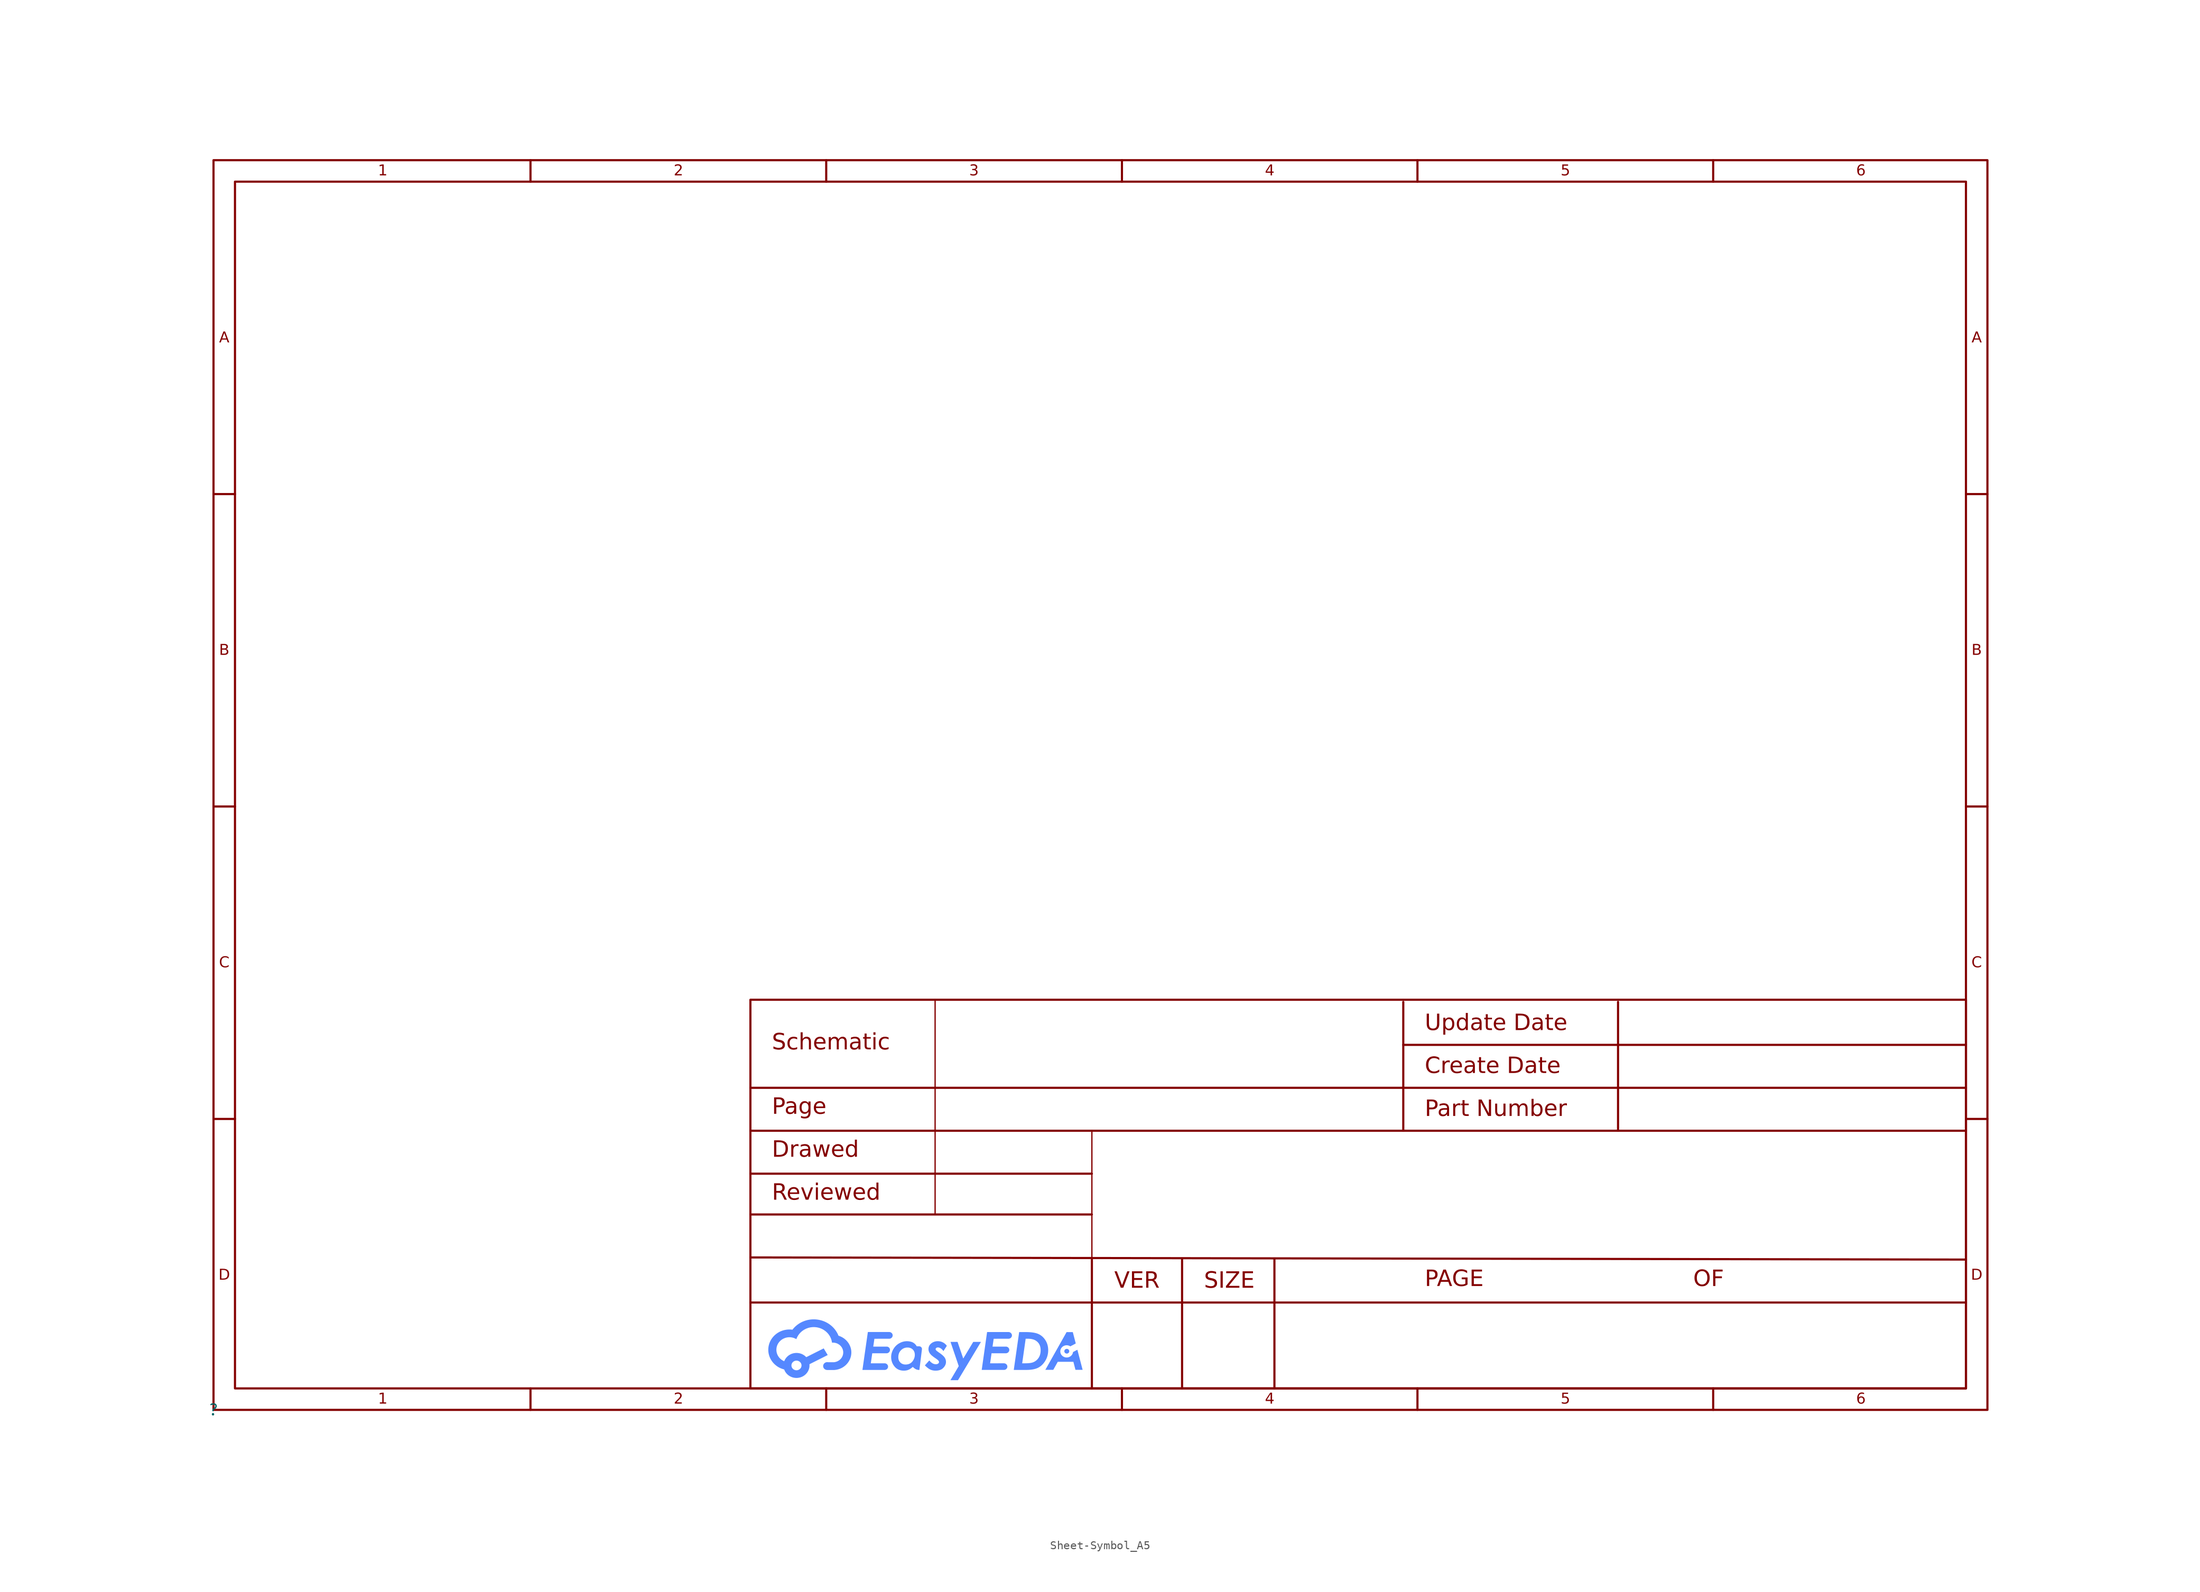
<source format=kicad_sym>
(kicad_symbol_lib
  (version 20231120)
  (generator "kicad_symbol_editor")
  (generator_version "8.0")
  (symbol "Sheet-Symbol_A5"
    (property "Reference" ""
      (at 0 0 0)
      (effects (font (size 1.27 1.27))))
    (property "Value" ""
      (at 0 0 0)
      (effects (font (size 1.27 1.27))))
    (symbol "Sheet-Symbol_A5_0_0"
      (polyline (pts (xy 88.672 6.075) (xy 89.853 8.041) (xy 90.767 8.041) (xy 88.053 3.514) (xy 87.158 3.514) (xy 88.139 5.179) (xy 87.167 8.041) (xy 88 8.041) (xy 88.672 6.075)) (stroke (width -0.0001) (type solid)) (fill (type color) (color 85 136 255 1)))
      (polyline (pts (xy 101.979 7.856) (xy 101.335 7.515) (xy 101.312 7.529) (xy 101.288 7.543) (xy 101.264 7.556) (xy 101.239 7.569) (xy 101.214 7.58) (xy 101.188 7.591) (xy 101.161 7.601) (xy 101.135 7.61) (xy 101.107 7.617) (xy 101.079 7.624) (xy 101.051 7.63) (xy 101.022 7.635) (xy 100.993 7.639) (xy 100.964 7.642) (xy 100.934 7.644) (xy 100.905 7.644) (xy 100.866 7.643) (xy 100.828 7.64) (xy 100.79 7.636) (xy 100.753 7.63) (xy 100.716 7.621) (xy 100.68 7.612) (xy 100.645 7.6) (xy 100.611 7.587) (xy 100.578 7.573) (xy 100.545 7.557) (xy 100.514 7.54) (xy 100.483 7.521) (xy 100.454 7.501) (xy 100.425 7.479) (xy 100.398 7.456) (xy 100.372 7.433) (xy 100.347 7.407) (xy 100.323 7.381) (xy 100.301 7.354) (xy 100.28 7.325) (xy 100.26 7.296) (xy 100.242 7.266) (xy 100.225 7.235) (xy 100.21 7.203) (xy 100.197 7.17) (xy 100.185 7.136) (xy 100.175 7.102) (xy 100.166 7.067) (xy 100.16 7.031) (xy 100.155 6.995) (xy 100.152 6.958) (xy 100.151 6.921) (xy 100.152 6.884) (xy 100.155 6.847) (xy 100.16 6.811) (xy 100.166 6.776) (xy 100.175 6.74) (xy 100.185 6.706) (xy 100.197 6.673) (xy 100.21 6.64) (xy 100.225 6.608) (xy 100.242 6.577) (xy 100.26 6.546) (xy 100.28 6.517) (xy 100.301 6.489) (xy 100.323 6.461) (xy 100.347 6.435) (xy 100.372 6.41) (xy 100.398 6.386) (xy 100.425 6.363) (xy 100.454 6.342) (xy 100.483 6.322) (xy 100.514 6.303) (xy 100.545 6.285) (xy 100.578 6.269) (xy 100.611 6.255) (xy 100.645 6.242) (xy 100.68 6.231) (xy 100.716 6.221) (xy 100.753 6.213) (xy 100.79 6.207) (xy 100.828 6.202) (xy 100.866 6.199) (xy 100.905 6.198) (xy 100.941 6.199) (xy 100.976 6.202) (xy 101.011 6.205) (xy 101.046 6.211) (xy 101.08 6.218) (xy 101.114 6.226) (xy 101.146 6.236) (xy 101.179 6.247) (xy 101.21 6.26) (xy 101.241 6.274) (xy 101.271 6.289) (xy 101.3 6.306) (xy 101.329 6.323) (xy 101.356 6.342) (xy 101.382 6.362) (xy 101.408 6.383) (xy 101.433 6.405) (xy 101.456 6.428) (xy 101.479 6.452) (xy 101.5 6.477) (xy 101.52 6.503) (xy 101.539 6.53) (xy 101.557 6.558) (xy 101.573 6.586) (xy 101.588 6.615) (xy 101.602 6.645) (xy 101.614 6.676) (xy 101.625 6.707) (xy 101.635 6.739) (xy 101.642 6.772) (xy 101.649 6.805) (xy 101.653 6.839) (xy 102.172 7.113) (xy 102.791 4.737) (xy 101.944 4.737) (xy 101.698 5.687) (xy 99.851 5.687) (xy 99.321 4.737) (xy 98.381 4.737) (xy 100.893 9.199) (xy 101.63 9.199) (xy 101.979 7.856)) (stroke (width -0.0001) (type solid)) (fill (type color) (color 85 136 255 1)))
      (polyline (pts (xy 100.933 7.218) (xy 100.948 7.216) (xy 100.963 7.215) (xy 100.977 7.212) (xy 100.991 7.209) (xy 101.005 7.205) (xy 101.019 7.201) (xy 101.032 7.196) (xy 101.044 7.191) (xy 101.057 7.184) (xy 101.069 7.178) (xy 101.081 7.17) (xy 101.092 7.163) (xy 101.103 7.154) (xy 101.114 7.146) (xy 101.124 7.136) (xy 101.134 7.127) (xy 101.143 7.117) (xy 101.151 7.106) (xy 101.16 7.095) (xy 101.167 7.084) (xy 101.174 7.072) (xy 101.181 7.06) (xy 101.186 7.048) (xy 101.192 7.035) (xy 101.196 7.022) (xy 101.2 7.009) (xy 101.203 6.995) (xy 101.206 6.981) (xy 101.208 6.968) (xy 101.209 6.953) (xy 101.209 6.939) (xy 101.209 6.925) (xy 101.208 6.911) (xy 101.206 6.897) (xy 101.203 6.883) (xy 101.2 6.869) (xy 101.196 6.856) (xy 101.192 6.843) (xy 101.186 6.83) (xy 101.181 6.818) (xy 101.174 6.806) (xy 101.167 6.795) (xy 101.16 6.783) (xy 101.151 6.772) (xy 101.143 6.762) (xy 101.134 6.752) (xy 101.124 6.742) (xy 101.114 6.733) (xy 101.103 6.724) (xy 101.092 6.716) (xy 101.081 6.708) (xy 101.069 6.701) (xy 101.057 6.694) (xy 101.044 6.688) (xy 101.032 6.682) (xy 101.019 6.677) (xy 101.005 6.673) (xy 100.991 6.669) (xy 100.977 6.666) (xy 100.963 6.663) (xy 100.948 6.662) (xy 100.933 6.66) (xy 100.918 6.66) (xy 100.904 6.66) (xy 100.889 6.662) (xy 100.874 6.663) (xy 100.86 6.666) (xy 100.846 6.669) (xy 100.832 6.673) (xy 100.819 6.677) (xy 100.805 6.682) (xy 100.793 6.688) (xy 100.78 6.694) (xy 100.768 6.701) (xy 100.756 6.708) (xy 100.745 6.716) (xy 100.734 6.724) (xy 100.723 6.733) (xy 100.713 6.742) (xy 100.703 6.752) (xy 100.694 6.762) (xy 100.686 6.772) (xy 100.677 6.783) (xy 100.67 6.795) (xy 100.663 6.806) (xy 100.656 6.818) (xy 100.651 6.83) (xy 100.645 6.843) (xy 100.641 6.856) (xy 100.637 6.869) (xy 100.634 6.883) (xy 100.631 6.897) (xy 100.629 6.911) (xy 100.628 6.925) (xy 100.628 6.939) (xy 100.628 6.953) (xy 100.629 6.968) (xy 100.631 6.981) (xy 100.634 6.995) (xy 100.637 7.009) (xy 100.641 7.022) (xy 100.645 7.035) (xy 100.651 7.048) (xy 100.656 7.06) (xy 100.663 7.072) (xy 100.67 7.084) (xy 100.677 7.095) (xy 100.686 7.106) (xy 100.694 7.117) (xy 100.703 7.127) (xy 100.713 7.136) (xy 100.723 7.146) (xy 100.734 7.154) (xy 100.745 7.163) (xy 100.756 7.17) (xy 100.768 7.178) (xy 100.78 7.184) (xy 100.793 7.191) (xy 100.805 7.196) (xy 100.819 7.201) (xy 100.832 7.205) (xy 100.846 7.209) (xy 100.86 7.212) (xy 100.874 7.215) (xy 100.889 7.216) (xy 100.904 7.218) (xy 100.918 7.218) (xy 100.933 7.218)) (stroke (width -0.0001) (type solid)) (fill (type color) (color 85 136 255 1)))
      (polyline (pts (xy 96.154 9.205) (xy 96.278 9.202) (xy 96.397 9.198) (xy 96.513 9.191) (xy 96.624 9.183) (xy 96.732 9.173) (xy 96.835 9.161) (xy 96.933 9.147) (xy 97.028 9.132) (xy 97.118 9.114) (xy 97.205 9.095) (xy 97.287 9.073) (xy 97.365 9.05) (xy 97.439 9.025) (xy 97.509 8.998) (xy 97.574 8.97) (xy 97.637 8.939) (xy 97.699 8.907) (xy 97.758 8.872) (xy 97.817 8.835) (xy 97.874 8.796) (xy 97.929 8.755) (xy 97.983 8.712) (xy 98.035 8.667) (xy 98.086 8.62) (xy 98.135 8.57) (xy 98.183 8.518) (xy 98.229 8.465) (xy 98.274 8.409) (xy 98.318 8.351) (xy 98.359 8.291) (xy 98.4 8.229) (xy 98.438 8.165) (xy 98.474 8.1) (xy 98.508 8.034) (xy 98.539 7.966) (xy 98.568 7.897) (xy 98.594 7.827) (xy 98.617 7.756) (xy 98.639 7.684) (xy 98.657 7.61) (xy 98.674 7.535) (xy 98.687 7.459) (xy 98.698 7.382) (xy 98.707 7.304) (xy 98.713 7.224) (xy 98.717 7.144) (xy 98.719 7.062) (xy 98.717 6.977) (xy 98.713 6.894) (xy 98.707 6.811) (xy 98.698 6.729) (xy 98.686 6.648) (xy 98.671 6.568) (xy 98.654 6.489) (xy 98.635 6.41) (xy 98.612 6.333) (xy 98.587 6.256) (xy 98.559 6.181) (xy 98.529 6.106) (xy 98.496 6.032) (xy 98.461 5.958) (xy 98.422 5.886) (xy 98.381 5.814) (xy 98.338 5.745) (xy 98.294 5.678) (xy 98.248 5.613) (xy 98.201 5.551) (xy 98.152 5.49) (xy 98.102 5.433) (xy 98.051 5.377) (xy 97.998 5.324) (xy 97.944 5.274) (xy 97.889 5.226) (xy 97.832 5.18) (xy 97.774 5.136) (xy 97.714 5.095) (xy 97.653 5.057) (xy 97.591 5.021) (xy 97.528 4.987) (xy 97.462 4.955) (xy 97.393 4.926) (xy 97.321 4.898) (xy 97.246 4.872) (xy 97.168 4.849) (xy 97.086 4.828) (xy 97.002 4.808) (xy 96.914 4.791) (xy 96.823 4.776) (xy 96.729 4.762) (xy 96.632 4.751) (xy 96.532 4.742) (xy 96.429 4.735) (xy 96.322 4.73) (xy 96.213 4.727) (xy 96.1 4.726) (xy 94.649 4.726) (xy 94.76 5.509) (xy 95.644 5.509) (xy 95.933 5.509) (xy 96.093 5.511) (xy 96.243 5.516) (xy 96.313 5.519) (xy 96.38 5.524) (xy 96.445 5.529) (xy 96.507 5.536) (xy 96.565 5.543) (xy 96.621 5.551) (xy 96.675 5.559) (xy 96.725 5.569) (xy 96.772 5.58) (xy 96.817 5.591) (xy 96.859 5.603) (xy 96.898 5.616) (xy 96.949 5.636) (xy 97 5.657) (xy 97.049 5.68) (xy 97.097 5.705) (xy 97.143 5.731) (xy 97.188 5.76) (xy 97.232 5.79) (xy 97.275 5.822) (xy 97.316 5.855) (xy 97.356 5.89) (xy 97.395 5.927) (xy 97.432 5.965) (xy 97.469 6.005) (xy 97.504 6.047) (xy 97.537 6.091) (xy 97.57 6.136) (xy 97.6 6.183) (xy 97.629 6.231) (xy 97.656 6.28) (xy 97.681 6.331) (xy 97.704 6.383) (xy 97.725 6.437) (xy 97.743 6.492) (xy 97.76 6.548) (xy 97.775 6.606) (xy 97.788 6.665) (xy 97.799 6.725) (xy 97.808 6.787) (xy 97.816 6.85) (xy 97.821 6.914) (xy 97.824 6.979) (xy 97.826 7.046) (xy 97.825 7.101) (xy 97.823 7.155) (xy 97.819 7.208) (xy 97.814 7.26) (xy 97.808 7.31) (xy 97.8 7.359) (xy 97.791 7.408) (xy 97.78 7.455) (xy 97.769 7.501) (xy 97.755 7.546) (xy 97.74 7.589) (xy 97.724 7.632) (xy 97.707 7.673) (xy 97.688 7.714) (xy 97.668 7.753) (xy 97.646 7.791) (xy 97.623 7.829) (xy 97.599 7.865) (xy 97.573 7.899) (xy 97.547 7.933) (xy 97.519 7.966) (xy 97.491 7.998) (xy 97.461 8.028) (xy 97.43 8.058) (xy 97.398 8.086) (xy 97.365 8.114) (xy 97.33 8.14) (xy 97.295 8.165) (xy 97.258 8.189) (xy 97.221 8.213) (xy 97.182 8.235) (xy 97.142 8.256) (xy 97.1 8.275) (xy 97.057 8.294) (xy 97.013 8.311) (xy 96.966 8.327) (xy 96.918 8.342) (xy 96.868 8.355) (xy 96.817 8.367) (xy 96.763 8.378) (xy 96.708 8.387) (xy 96.652 8.396) (xy 96.594 8.403) (xy 96.534 8.408) (xy 96.472 8.413) (xy 96.408 8.416) (xy 96.343 8.418) (xy 96.277 8.418) (xy 96.056 8.418) (xy 95.644 5.509) (xy 94.76 5.509) (xy 95.286 9.206) (xy 96.025 9.206) (xy 96.154 9.205)) (stroke (width -0.0001) (type solid)) (fill (type color) (color 85 136 255 1)))
      (polyline (pts (xy 79.933 9.21) (xy 79.954 9.209) (xy 79.974 9.206) (xy 79.995 9.203) (xy 80.015 9.198) (xy 80.034 9.193) (xy 80.053 9.186) (xy 80.072 9.179) (xy 80.091 9.171) (xy 80.108 9.162) (xy 80.126 9.153) (xy 80.143 9.143) (xy 80.159 9.132) (xy 80.174 9.12) (xy 80.189 9.107) (xy 80.204 9.094) (xy 80.218 9.08) (xy 80.231 9.066) (xy 80.243 9.051) (xy 80.254 9.035) (xy 80.265 9.019) (xy 80.275 9.002) (xy 80.284 8.985) (xy 80.293 8.968) (xy 80.3 8.95) (xy 80.307 8.931) (xy 80.312 8.912) (xy 80.317 8.893) (xy 80.321 8.874) (xy 80.323 8.854) (xy 80.325 8.834) (xy 80.325 8.813) (xy 80.325 8.793) (xy 80.323 8.773) (xy 80.321 8.753) (xy 80.317 8.733) (xy 80.312 8.714) (xy 80.307 8.695) (xy 80.3 8.677) (xy 80.293 8.659) (xy 80.284 8.642) (xy 80.275 8.624) (xy 80.265 8.608) (xy 80.254 8.592) (xy 80.243 8.576) (xy 80.231 8.561) (xy 80.218 8.547) (xy 80.204 8.533) (xy 80.189 8.52) (xy 80.174 8.507) (xy 80.159 8.495) (xy 80.143 8.484) (xy 80.126 8.474) (xy 80.108 8.464) (xy 80.091 8.456) (xy 80.072 8.447) (xy 80.053 8.44) (xy 80.034 8.434) (xy 80.015 8.429) (xy 79.995 8.424) (xy 79.974 8.421) (xy 79.954 8.418) (xy 79.933 8.417) (xy 79.911 8.416) (xy 78.165 8.414) (xy 78.03 7.484) (xy 79.667 7.484) (xy 79.685 7.48) (xy 79.703 7.476) (xy 79.721 7.471) (xy 79.738 7.466) (xy 79.755 7.46) (xy 79.772 7.453) (xy 79.788 7.445) (xy 79.803 7.437) (xy 79.819 7.428) (xy 79.834 7.419) (xy 79.848 7.409) (xy 79.862 7.398) (xy 79.875 7.387) (xy 79.888 7.375) (xy 79.9 7.363) (xy 79.912 7.35) (xy 79.923 7.337) (xy 79.934 7.323) (xy 79.944 7.309) (xy 79.953 7.294) (xy 79.962 7.279) (xy 79.969 7.264) (xy 79.977 7.248) (xy 79.983 7.232) (xy 79.989 7.215) (xy 79.994 7.198) (xy 79.998 7.181) (xy 80.001 7.163) (xy 80.004 7.146) (xy 80.006 7.128) (xy 80.007 7.109) (xy 80.007 7.091) (xy 80.006 7.07) (xy 80.005 7.05) (xy 80.002 7.03) (xy 79.998 7.011) (xy 79.994 6.992) (xy 79.988 6.973) (xy 79.982 6.955) (xy 79.974 6.936) (xy 79.966 6.919) (xy 79.957 6.902) (xy 79.947 6.885) (xy 79.936 6.869) (xy 79.924 6.854) (xy 79.912 6.838) (xy 79.899 6.824) (xy 79.885 6.81) (xy 79.871 6.797) (xy 79.856 6.785) (xy 79.84 6.773) (xy 79.824 6.762) (xy 79.807 6.751) (xy 79.79 6.742) (xy 79.772 6.733) (xy 79.754 6.725) (xy 79.735 6.718) (xy 79.716 6.712) (xy 79.696 6.706) (xy 79.676 6.702) (xy 79.656 6.698) (xy 79.635 6.696) (xy 79.614 6.694) (xy 79.593 6.694) (xy 77.911 6.696) (xy 77.739 5.507) (xy 79.372 5.509) (xy 79.393 5.508) (xy 79.414 5.507) (xy 79.434 5.504) (xy 79.454 5.501) (xy 79.474 5.496) (xy 79.493 5.491) (xy 79.512 5.485) (xy 79.531 5.478) (xy 79.549 5.47) (xy 79.567 5.461) (xy 79.584 5.452) (xy 79.6 5.442) (xy 79.617 5.431) (xy 79.632 5.419) (xy 79.647 5.407) (xy 79.661 5.394) (xy 79.675 5.38) (xy 79.688 5.366) (xy 79.7 5.351) (xy 79.711 5.335) (xy 79.722 5.319) (xy 79.732 5.303) (xy 79.741 5.286) (xy 79.749 5.269) (xy 79.756 5.251) (xy 79.763 5.233) (xy 79.768 5.214) (xy 79.773 5.195) (xy 79.776 5.176) (xy 79.779 5.156) (xy 79.781 5.136) (xy 79.781 5.116) (xy 79.781 5.096) (xy 79.779 5.077) (xy 79.777 5.058) (xy 79.773 5.039) (xy 79.769 5.02) (xy 79.763 5.002) (xy 79.757 4.984) (xy 79.75 4.966) (xy 79.742 4.949) (xy 79.733 4.933) (xy 79.723 4.916) (xy 79.713 4.901) (xy 79.702 4.885) (xy 79.69 4.871) (xy 79.677 4.856) (xy 79.664 4.843) (xy 79.65 4.83) (xy 79.636 4.818) (xy 79.621 4.806) (xy 79.605 4.795) (xy 79.589 4.785) (xy 79.572 4.775) (xy 79.555 4.767) (xy 79.537 4.759) (xy 79.519 4.752) (xy 79.5 4.745) (xy 79.481 4.74) (xy 79.462 4.735) (xy 79.442 4.731) (xy 79.422 4.728) (xy 79.402 4.726) (xy 79.381 4.726) (xy 76.749 4.726) (xy 77.391 9.211) (xy 79.911 9.211) (xy 79.933 9.21)) (stroke (width -0.0001) (type solid)) (fill (type color) (color 85 136 255 1)))
      (polyline (pts (xy 94.035 9.208) (xy 94.056 9.206) (xy 94.077 9.204) (xy 94.098 9.2) (xy 94.118 9.196) (xy 94.138 9.19) (xy 94.157 9.184) (xy 94.176 9.177) (xy 94.194 9.169) (xy 94.212 9.16) (xy 94.229 9.151) (xy 94.246 9.14) (xy 94.263 9.129) (xy 94.278 9.118) (xy 94.293 9.105) (xy 94.308 9.092) (xy 94.322 9.078) (xy 94.335 9.064) (xy 94.347 9.049) (xy 94.359 9.034) (xy 94.37 9.017) (xy 94.38 9.001) (xy 94.389 8.984) (xy 94.397 8.966) (xy 94.405 8.948) (xy 94.412 8.93) (xy 94.418 8.912) (xy 94.423 8.893) (xy 94.427 8.873) (xy 94.43 8.854) (xy 94.431 8.834) (xy 94.433 8.813) (xy 94.432 8.793) (xy 94.43 8.773) (xy 94.428 8.753) (xy 94.424 8.733) (xy 94.419 8.714) (xy 94.414 8.695) (xy 94.407 8.677) (xy 94.4 8.659) (xy 94.391 8.642) (xy 94.382 8.624) (xy 94.372 8.608) (xy 94.362 8.592) (xy 94.35 8.576) (xy 94.338 8.561) (xy 94.325 8.547) (xy 94.311 8.533) (xy 94.297 8.52) (xy 94.281 8.507) (xy 94.266 8.495) (xy 94.25 8.484) (xy 94.233 8.474) (xy 94.216 8.464) (xy 94.198 8.456) (xy 94.179 8.447) (xy 94.16 8.44) (xy 94.141 8.434) (xy 94.122 8.429) (xy 94.102 8.424) (xy 94.081 8.421) (xy 94.061 8.418) (xy 94.04 8.417) (xy 94.019 8.416) (xy 92.272 8.414) (xy 92.137 7.484) (xy 93.774 7.484) (xy 93.793 7.48) (xy 93.81 7.476) (xy 93.828 7.471) (xy 93.845 7.466) (xy 93.862 7.46) (xy 93.879 7.453) (xy 93.895 7.445) (xy 93.91 7.437) (xy 93.926 7.428) (xy 93.941 7.419) (xy 93.955 7.409) (xy 93.969 7.398) (xy 93.983 7.387) (xy 93.995 7.375) (xy 94.008 7.363) (xy 94.02 7.35) (xy 94.031 7.337) (xy 94.042 7.323) (xy 94.052 7.309) (xy 94.061 7.295) (xy 94.07 7.28) (xy 94.078 7.264) (xy 94.085 7.249) (xy 94.092 7.232) (xy 94.098 7.216) (xy 94.103 7.199) (xy 94.108 7.182) (xy 94.112 7.165) (xy 94.115 7.147) (xy 94.117 7.129) (xy 94.118 7.111) (xy 94.118 7.093) (xy 94.118 7.073) (xy 94.116 7.053) (xy 94.114 7.033) (xy 94.11 7.013) (xy 94.105 6.994) (xy 94.1 6.975) (xy 94.093 6.957) (xy 94.086 6.939) (xy 94.078 6.921) (xy 94.068 6.904) (xy 94.058 6.887) (xy 94.048 6.871) (xy 94.036 6.856) (xy 94.024 6.841) (xy 94.011 6.826) (xy 93.997 6.812) (xy 93.983 6.799) (xy 93.968 6.787) (xy 93.952 6.775) (xy 93.936 6.764) (xy 93.919 6.753) (xy 93.901 6.744) (xy 93.884 6.735) (xy 93.865 6.727) (xy 93.847 6.72) (xy 93.827 6.714) (xy 93.808 6.708) (xy 93.788 6.704) (xy 93.767 6.7) (xy 93.747 6.698) (xy 93.726 6.696) (xy 93.704 6.696) (xy 92.021 6.698) (xy 91.849 5.509) (xy 93.481 5.511) (xy 93.502 5.511) (xy 93.523 5.509) (xy 93.543 5.506) (xy 93.564 5.503) (xy 93.583 5.499) (xy 93.603 5.493) (xy 93.622 5.487) (xy 93.64 5.48) (xy 93.659 5.472) (xy 93.676 5.463) (xy 93.693 5.454) (xy 93.71 5.444) (xy 93.726 5.433) (xy 93.741 5.421) (xy 93.756 5.409) (xy 93.77 5.396) (xy 93.784 5.382) (xy 93.797 5.368) (xy 93.809 5.353) (xy 93.821 5.338) (xy 93.831 5.322) (xy 93.841 5.305) (xy 93.85 5.288) (xy 93.858 5.271) (xy 93.866 5.253) (xy 93.872 5.235) (xy 93.878 5.216) (xy 93.882 5.197) (xy 93.886 5.178) (xy 93.888 5.158) (xy 93.89 5.138) (xy 93.891 5.118) (xy 93.89 5.098) (xy 93.888 5.079) (xy 93.886 5.06) (xy 93.882 5.041) (xy 93.878 5.022) (xy 93.873 5.004) (xy 93.866 4.986) (xy 93.859 4.968) (xy 93.851 4.951) (xy 93.842 4.935) (xy 93.833 4.918) (xy 93.822 4.903) (xy 93.811 4.888) (xy 93.799 4.873) (xy 93.787 4.859) (xy 93.773 4.845) (xy 93.76 4.832) (xy 93.745 4.82) (xy 93.73 4.808) (xy 93.714 4.797) (xy 93.698 4.787) (xy 93.681 4.778) (xy 93.664 4.769) (xy 93.646 4.761) (xy 93.628 4.754) (xy 93.609 4.747) (xy 93.591 4.742) (xy 93.571 4.737) (xy 93.552 4.733) (xy 93.531 4.731) (xy 93.511 4.729) (xy 93.491 4.728) (xy 90.856 4.728) (xy 91.493 9.208) (xy 94.014 9.208) (xy 94.035 9.208)) (stroke (width -0.0001) (type solid)) (fill (type color) (color 85 136 255 1)))
      (polyline (pts (xy 82.057 8.123) (xy 82.099 8.122) (xy 82.143 8.119) (xy 82.187 8.115) (xy 82.232 8.11) (xy 82.278 8.104) (xy 82.323 8.097) (xy 82.369 8.089) (xy 82.414 8.079) (xy 82.459 8.069) (xy 82.502 8.057) (xy 82.545 8.045) (xy 82.586 8.031) (xy 82.625 8.016) (xy 82.662 8) (xy 82.698 7.983) (xy 82.731 7.965) (xy 82.763 7.946) (xy 82.795 7.926) (xy 82.826 7.905) (xy 82.856 7.883) (xy 82.886 7.86) (xy 82.915 7.836) (xy 82.943 7.811) (xy 82.971 7.785) (xy 82.998 7.757) (xy 83.024 7.729) (xy 83.049 7.7) (xy 83.074 7.67) (xy 83.098 7.638) (xy 83.121 7.606) (xy 83.144 7.573) (xy 83.174 7.519) (xy 83.465 7.519) (xy 83.482 7.519) (xy 83.498 7.517) (xy 83.514 7.515) (xy 83.53 7.512) (xy 83.546 7.509) (xy 83.561 7.504) (xy 83.576 7.499) (xy 83.591 7.494) (xy 83.605 7.487) (xy 83.619 7.48) (xy 83.633 7.473) (xy 83.646 7.465) (xy 83.659 7.456) (xy 83.671 7.447) (xy 83.683 7.437) (xy 83.694 7.427) (xy 83.704 7.416) (xy 83.715 7.404) (xy 83.724 7.393) (xy 83.733 7.381) (xy 83.742 7.368) (xy 83.749 7.355) (xy 83.756 7.342) (xy 83.763 7.328) (xy 83.769 7.314) (xy 83.774 7.299) (xy 83.778 7.285) (xy 83.782 7.269) (xy 83.784 7.254) (xy 83.787 7.239) (xy 83.788 7.223) (xy 83.788 7.207) (xy 83.793 7.207) (xy 83.498 4.822) (xy 83.486 4.726) (xy 83.402 4.726) (xy 83.368 4.728) (xy 83.335 4.732) (xy 83.302 4.737) (xy 83.269 4.744) (xy 83.237 4.751) (xy 83.205 4.76) (xy 83.174 4.77) (xy 83.143 4.78) (xy 83.113 4.793) (xy 83.083 4.806) (xy 83.054 4.819) (xy 83.025 4.835) (xy 82.998 4.851) (xy 82.971 4.867) (xy 82.944 4.885) (xy 82.918 4.904) (xy 82.916 4.906) (xy 82.908 4.911) (xy 82.883 4.931) (xy 82.808 4.992) (xy 82.7 5.083) (xy 82.665 5.052) (xy 82.632 5.023) (xy 82.598 4.995) (xy 82.564 4.968) (xy 82.531 4.943) (xy 82.498 4.918) (xy 82.465 4.895) (xy 82.433 4.873) (xy 82.401 4.852) (xy 82.369 4.833) (xy 82.337 4.814) (xy 82.306 4.797) (xy 82.275 4.781) (xy 82.244 4.766) (xy 82.214 4.752) (xy 82.183 4.739) (xy 82.153 4.727) (xy 82.123 4.715) (xy 82.091 4.705) (xy 82.06 4.695) (xy 82.028 4.686) (xy 81.995 4.678) (xy 81.962 4.671) (xy 81.929 4.665) (xy 81.895 4.659) (xy 81.86 4.654) (xy 81.825 4.65) (xy 81.79 4.647) (xy 81.754 4.644) (xy 81.718 4.642) (xy 81.681 4.641) (xy 81.644 4.641) (xy 81.559 4.643) (xy 81.477 4.648) (xy 81.396 4.658) (xy 81.318 4.671) (xy 81.242 4.688) (xy 81.168 4.709) (xy 81.096 4.733) (xy 81.027 4.762) (xy 80.96 4.794) (xy 80.895 4.83) (xy 80.832 4.869) (xy 80.771 4.913) (xy 80.713 4.96) (xy 80.657 5.011) (xy 80.603 5.066) (xy 80.551 5.125) (xy 80.502 5.186) (xy 80.456 5.249) (xy 80.413 5.312) (xy 80.374 5.377) (xy 80.338 5.443) (xy 80.304 5.511) (xy 80.274 5.579) (xy 80.248 5.649) (xy 80.224 5.72) (xy 80.203 5.792) (xy 80.186 5.866) (xy 80.172 5.941) (xy 80.16 6.016) (xy 80.153 6.094) (xy 80.148 6.172) (xy 80.147 6.232) (xy 80.993 6.232) (xy 80.994 6.184) (xy 80.997 6.137) (xy 81.001 6.091) (xy 81.008 6.047) (xy 81.016 6.003) (xy 81.026 5.961) (xy 81.038 5.92) (xy 81.052 5.881) (xy 81.068 5.842) (xy 81.086 5.804) (xy 81.106 5.768) (xy 81.127 5.733) (xy 81.151 5.699) (xy 81.176 5.667) (xy 81.203 5.635) (xy 81.232 5.605) (xy 81.263 5.576) (xy 81.295 5.548) (xy 81.327 5.523) (xy 81.361 5.5) (xy 81.396 5.478) (xy 81.432 5.459) (xy 81.469 5.441) (xy 81.507 5.425) (xy 81.546 5.411) (xy 81.586 5.399) (xy 81.627 5.389) (xy 81.669 5.381) (xy 81.712 5.374) (xy 81.757 5.37) (xy 81.802 5.367) (xy 81.849 5.366) (xy 81.888 5.367) (xy 81.926 5.368) (xy 81.963 5.371) (xy 82 5.374) (xy 82.037 5.379) (xy 82.073 5.385) (xy 82.108 5.392) (xy 82.142 5.399) (xy 82.176 5.408) (xy 82.209 5.418) (xy 82.242 5.429) (xy 82.273 5.441) (xy 82.305 5.454) (xy 82.335 5.468) (xy 82.366 5.484) (xy 82.395 5.5) (xy 82.424 5.517) (xy 82.452 5.536) (xy 82.48 5.556) (xy 82.507 5.576) (xy 82.534 5.598) (xy 82.56 5.622) (xy 82.585 5.646) (xy 82.61 5.672) (xy 82.634 5.699) (xy 82.657 5.727) (xy 82.68 5.756) (xy 82.703 5.786) (xy 82.724 5.818) (xy 82.745 5.851) (xy 82.766 5.884) (xy 82.786 5.919) (xy 82.805 5.955) (xy 82.823 5.991) (xy 82.839 6.027) (xy 82.855 6.063) (xy 82.869 6.099) (xy 82.882 6.135) (xy 82.894 6.172) (xy 82.904 6.208) (xy 82.913 6.245) (xy 82.922 6.282) (xy 82.928 6.319) (xy 82.934 6.356) (xy 82.938 6.393) (xy 82.942 6.43) (xy 82.943 6.467) (xy 82.944 6.504) (xy 82.943 6.553) (xy 82.94 6.6) (xy 82.936 6.646) (xy 82.929 6.691) (xy 82.921 6.735) (xy 82.911 6.778) (xy 82.899 6.819) (xy 82.885 6.859) (xy 82.869 6.898) (xy 82.851 6.936) (xy 82.832 6.973) (xy 82.811 7.008) (xy 82.787 7.042) (xy 82.762 7.075) (xy 82.736 7.107) (xy 82.707 7.138) (xy 82.677 7.166) (xy 82.645 7.193) (xy 82.612 7.218) (xy 82.579 7.242) (xy 82.544 7.263) (xy 82.507 7.283) (xy 82.47 7.301) (xy 82.431 7.316) (xy 82.391 7.33) (xy 82.35 7.343) (xy 82.308 7.353) (xy 82.265 7.361) (xy 82.22 7.368) (xy 82.174 7.373) (xy 82.127 7.375) (xy 82.079 7.376) (xy 82.023 7.375) (xy 81.968 7.372) (xy 81.914 7.365) (xy 81.861 7.357) (xy 81.809 7.346) (xy 81.758 7.332) (xy 81.709 7.316) (xy 81.66 7.297) (xy 81.612 7.276) (xy 81.566 7.252) (xy 81.52 7.226) (xy 81.476 7.198) (xy 81.433 7.166) (xy 81.391 7.133) (xy 81.349 7.096) (xy 81.309 7.057) (xy 81.271 7.016) (xy 81.235 6.974) (xy 81.201 6.931) (xy 81.17 6.885) (xy 81.142 6.839) (xy 81.116 6.791) (xy 81.093 6.741) (xy 81.072 6.691) (xy 81.053 6.638) (xy 81.037 6.585) (xy 81.024 6.529) (xy 81.013 6.473) (xy 81.004 6.415) (xy 80.998 6.355) (xy 80.994 6.294) (xy 80.993 6.232) (xy 80.147 6.232) (xy 80.146 6.252) (xy 80.147 6.313) (xy 80.15 6.373) (xy 80.156 6.434) (xy 80.163 6.494) (xy 80.172 6.553) (xy 80.183 6.612) (xy 80.197 6.671) (xy 80.212 6.73) (xy 80.229 6.788) (xy 80.249 6.846) (xy 80.27 6.903) (xy 80.293 6.96) (xy 80.319 7.017) (xy 80.346 7.073) (xy 80.376 7.129) (xy 80.407 7.184) (xy 80.44 7.239) (xy 80.474 7.293) (xy 80.51 7.344) (xy 80.547 7.395) (xy 80.586 7.443) (xy 80.626 7.49) (xy 80.667 7.536) (xy 80.71 7.58) (xy 80.754 7.622) (xy 80.8 7.663) (xy 80.847 7.702) (xy 80.895 7.74) (xy 80.945 7.777) (xy 80.996 7.811) (xy 81.048 7.845) (xy 81.102 7.876) (xy 81.157 7.906) (xy 81.212 7.934) (xy 81.267 7.96) (xy 81.323 7.985) (xy 81.379 8.007) (xy 81.435 8.027) (xy 81.492 8.046) (xy 81.549 8.062) (xy 81.606 8.076) (xy 81.664 8.089) (xy 81.722 8.1) (xy 81.78 8.108) (xy 81.838 8.115) (xy 81.897 8.12) (xy 81.957 8.123) (xy 82.016 8.124) (xy 82.057 8.123)) (stroke (width -0.0001) (type solid)) (fill (type color) (color 85 136 255 1)))
      (polyline (pts (xy 85.704 8.126) (xy 85.743 8.124) (xy 85.782 8.121) (xy 85.82 8.117) (xy 85.858 8.112) (xy 85.896 8.106) (xy 85.934 8.099) (xy 85.972 8.091) (xy 86.009 8.081) (xy 86.046 8.071) (xy 86.083 8.059) (xy 86.119 8.046) (xy 86.156 8.032) (xy 86.192 8.017) (xy 86.227 8.001) (xy 86.263 7.983) (xy 86.298 7.965) (xy 86.332 7.946) (xy 86.365 7.925) (xy 86.398 7.904) (xy 86.43 7.882) (xy 86.461 7.859) (xy 86.491 7.835) (xy 86.521 7.81) (xy 86.55 7.784) (xy 86.578 7.757) (xy 86.606 7.729) (xy 86.632 7.701) (xy 86.659 7.671) (xy 86.684 7.641) (xy 86.709 7.609) (xy 86.732 7.577) (xy 86.328 6.955) (xy 86.308 6.982) (xy 86.288 7.009) (xy 86.268 7.035) (xy 86.248 7.059) (xy 86.228 7.083) (xy 86.208 7.106) (xy 86.188 7.128) (xy 86.167 7.149) (xy 86.147 7.169) (xy 86.126 7.188) (xy 86.105 7.206) (xy 86.084 7.223) (xy 86.064 7.24) (xy 86.042 7.255) (xy 86.021 7.269) (xy 86 7.283) (xy 85.979 7.295) (xy 85.957 7.307) (xy 85.936 7.318) (xy 85.916 7.328) (xy 85.895 7.338) (xy 85.875 7.346) (xy 85.854 7.354) (xy 85.834 7.361) (xy 85.814 7.367) (xy 85.794 7.373) (xy 85.775 7.377) (xy 85.755 7.381) (xy 85.736 7.384) (xy 85.717 7.386) (xy 85.698 7.387) (xy 85.679 7.388) (xy 85.665 7.387) (xy 85.651 7.387) (xy 85.638 7.386) (xy 85.625 7.384) (xy 85.612 7.382) (xy 85.599 7.379) (xy 85.587 7.376) (xy 85.575 7.372) (xy 85.563 7.369) (xy 85.551 7.364) (xy 85.539 7.359) (xy 85.528 7.354) (xy 85.517 7.348) (xy 85.507 7.341) (xy 85.496 7.335) (xy 85.486 7.327) (xy 85.476 7.32) (xy 85.467 7.312) (xy 85.459 7.304) (xy 85.451 7.296) (xy 85.443 7.288) (xy 85.437 7.28) (xy 85.431 7.272) (xy 85.425 7.263) (xy 85.421 7.255) (xy 85.417 7.246) (xy 85.413 7.237) (xy 85.411 7.229) (xy 85.409 7.219) (xy 85.407 7.21) (xy 85.407 7.201) (xy 85.407 7.191) (xy 85.407 7.182) (xy 85.408 7.173) (xy 85.409 7.164) (xy 85.411 7.154) (xy 85.413 7.145) (xy 85.416 7.136) (xy 85.419 7.127) (xy 85.422 7.118) (xy 85.427 7.108) (xy 85.431 7.099) (xy 85.436 7.09) (xy 85.442 7.081) (xy 85.448 7.072) (xy 85.455 7.062) (xy 85.462 7.053) (xy 85.47 7.044) (xy 85.478 7.034) (xy 85.488 7.023) (xy 85.515 6.999) (xy 85.549 6.97) (xy 85.59 6.937) (xy 85.64 6.899) (xy 85.697 6.857) (xy 85.762 6.811) (xy 85.835 6.761) (xy 85.894 6.719) (xy 85.952 6.678) (xy 86.006 6.638) (xy 86.058 6.599) (xy 86.107 6.561) (xy 86.154 6.523) (xy 86.198 6.486) (xy 86.239 6.45) (xy 86.278 6.414) (xy 86.314 6.379) (xy 86.348 6.345) (xy 86.379 6.312) (xy 86.407 6.28) (xy 86.433 6.248) (xy 86.456 6.217) (xy 86.477 6.187) (xy 86.495 6.157) (xy 86.513 6.126) (xy 86.529 6.096) (xy 86.544 6.064) (xy 86.558 6.033) (xy 86.57 6.001) (xy 86.582 5.97) (xy 86.592 5.937) (xy 86.601 5.905) (xy 86.609 5.872) (xy 86.615 5.838) (xy 86.621 5.805) (xy 86.625 5.771) (xy 86.628 5.737) (xy 86.629 5.702) (xy 86.63 5.667) (xy 86.629 5.621) (xy 86.625 5.576) (xy 86.619 5.53) (xy 86.61 5.485) (xy 86.599 5.441) (xy 86.586 5.396) (xy 86.57 5.352) (xy 86.551 5.308) (xy 86.53 5.264) (xy 86.507 5.221) (xy 86.481 5.178) (xy 86.453 5.136) (xy 86.422 5.093) (xy 86.388 5.051) (xy 86.352 5.01) (xy 86.314 4.969) (xy 86.273 4.929) (xy 86.23 4.892) (xy 86.185 4.857) (xy 86.138 4.825) (xy 86.088 4.796) (xy 86.036 4.769) (xy 85.982 4.745) (xy 85.926 4.723) (xy 85.868 4.704) (xy 85.807 4.687) (xy 85.745 4.673) (xy 85.68 4.661) (xy 85.612 4.652) (xy 85.543 4.646) (xy 85.471 4.642) (xy 85.397 4.641) (xy 85.355 4.641) (xy 85.312 4.643) (xy 85.27 4.646) (xy 85.228 4.649) (xy 85.187 4.654) (xy 85.147 4.66) (xy 85.106 4.666) (xy 85.067 4.674) (xy 85.028 4.683) (xy 84.989 4.693) (xy 84.951 4.704) (xy 84.913 4.716) (xy 84.876 4.729) (xy 84.839 4.743) (xy 84.803 4.758) (xy 84.767 4.775) (xy 84.732 4.792) (xy 84.696 4.812) (xy 84.659 4.833) (xy 84.622 4.856) (xy 84.584 4.88) (xy 84.546 4.907) (xy 84.507 4.935) (xy 84.468 4.965) (xy 84.428 4.997) (xy 84.387 5.03) (xy 84.347 5.065) (xy 84.305 5.102) (xy 84.263 5.14) (xy 84.221 5.18) (xy 84.135 5.266) (xy 84.658 5.85) (xy 84.703 5.795) (xy 84.748 5.744) (xy 84.794 5.697) (xy 84.84 5.653) (xy 84.887 5.612) (xy 84.934 5.575) (xy 84.983 5.542) (xy 85.031 5.512) (xy 85.08 5.486) (xy 85.129 5.463) (xy 85.179 5.443) (xy 85.23 5.428) (xy 85.281 5.415) (xy 85.332 5.407) (xy 85.385 5.401) (xy 85.437 5.399) (xy 85.458 5.4) (xy 85.478 5.401) (xy 85.497 5.402) (xy 85.516 5.404) (xy 85.535 5.407) (xy 85.553 5.411) (xy 85.57 5.415) (xy 85.587 5.419) (xy 85.604 5.425) (xy 85.62 5.43) (xy 85.635 5.437) (xy 85.65 5.444) (xy 85.664 5.451) (xy 85.678 5.46) (xy 85.692 5.468) (xy 85.704 5.478) (xy 85.717 5.488) (xy 85.728 5.498) (xy 85.739 5.508) (xy 85.749 5.519) (xy 85.758 5.53) (xy 85.766 5.541) (xy 85.773 5.552) (xy 85.78 5.564) (xy 85.786 5.575) (xy 85.791 5.587) (xy 85.795 5.599) (xy 85.798 5.611) (xy 85.801 5.624) (xy 85.803 5.636) (xy 85.804 5.649) (xy 85.805 5.663) (xy 85.804 5.674) (xy 85.803 5.684) (xy 85.802 5.695) (xy 85.8 5.706) (xy 85.797 5.717) (xy 85.794 5.728) (xy 85.79 5.739) (xy 85.785 5.75) (xy 85.78 5.761) (xy 85.775 5.772) (xy 85.768 5.783) (xy 85.761 5.794) (xy 85.754 5.805) (xy 85.746 5.816) (xy 85.737 5.828) (xy 85.728 5.839) (xy 85.717 5.851) (xy 85.704 5.864) (xy 85.673 5.893) (xy 85.633 5.927) (xy 85.585 5.965) (xy 85.529 6.007) (xy 85.465 6.054) (xy 85.392 6.105) (xy 85.311 6.16) (xy 85.264 6.194) (xy 85.218 6.226) (xy 85.173 6.258) (xy 85.131 6.29) (xy 85.091 6.32) (xy 85.052 6.351) (xy 85.015 6.38) (xy 84.98 6.409) (xy 84.947 6.438) (xy 84.916 6.466) (xy 84.887 6.493) (xy 84.86 6.52) (xy 84.834 6.546) (xy 84.811 6.571) (xy 84.789 6.596) (xy 84.77 6.62) (xy 84.744 6.654) (xy 84.721 6.687) (xy 84.698 6.722) (xy 84.678 6.756) (xy 84.659 6.79) (xy 84.642 6.825) (xy 84.626 6.861) (xy 84.613 6.896) (xy 84.6 6.931) (xy 84.59 6.967) (xy 84.581 7.003) (xy 84.573 7.04) (xy 84.568 7.076) (xy 84.564 7.113) (xy 84.561 7.15) (xy 84.56 7.187) (xy 84.562 7.238) (xy 84.565 7.288) (xy 84.572 7.337) (xy 84.581 7.385) (xy 84.592 7.432) (xy 84.606 7.477) (xy 84.623 7.521) (xy 84.642 7.564) (xy 84.664 7.606) (xy 84.688 7.647) (xy 84.715 7.686) (xy 84.745 7.725) (xy 84.777 7.762) (xy 84.811 7.797) (xy 84.849 7.832) (xy 84.888 7.865) (xy 84.93 7.897) (xy 84.972 7.926) (xy 85.016 7.954) (xy 85.06 7.979) (xy 85.105 8.003) (xy 85.152 8.024) (xy 85.199 8.043) (xy 85.247 8.061) (xy 85.296 8.076) (xy 85.346 8.089) (xy 85.397 8.101) (xy 85.449 8.11) (xy 85.501 8.117) (xy 85.555 8.122) (xy 85.61 8.125) (xy 85.665 8.126) (xy 85.704 8.126)) (stroke (width -0.0001) (type solid)) (fill (type color) (color 85 136 255 1)))
      (polyline (pts (xy 71.138 10.707) (xy 71.281 10.697) (xy 71.424 10.681) (xy 71.566 10.659) (xy 71.706 10.631) (xy 71.844 10.597) (xy 71.98 10.557) (xy 72.114 10.511) (xy 72.246 10.459) (xy 72.375 10.402) (xy 72.502 10.338) (xy 72.625 10.27) (xy 72.746 10.195) (xy 72.863 10.116) (xy 72.976 10.03) (xy 73.086 9.94) (xy 73.155 9.879) (xy 73.222 9.815) (xy 73.287 9.75) (xy 73.349 9.684) (xy 73.41 9.616) (xy 73.468 9.546) (xy 73.524 9.475) (xy 73.577 9.402) (xy 73.628 9.328) (xy 73.677 9.252) (xy 73.723 9.175) (xy 73.767 9.097) (xy 73.809 9.018) (xy 73.848 8.938) (xy 73.884 8.856) (xy 73.918 8.773) (xy 74.08 8.717) (xy 74.236 8.65) (xy 74.385 8.571) (xy 74.526 8.482) (xy 74.66 8.383) (xy 74.785 8.274) (xy 74.901 8.156) (xy 75.007 8.03) (xy 75.103 7.897) (xy 75.188 7.756) (xy 75.262 7.609) (xy 75.323 7.456) (xy 75.372 7.297) (xy 75.408 7.133) (xy 75.421 7.05) (xy 75.43 6.966) (xy 75.435 6.88) (xy 75.437 6.794) (xy 75.435 6.696) (xy 75.427 6.599) (xy 75.416 6.502) (xy 75.399 6.407) (xy 75.378 6.312) (xy 75.353 6.219) (xy 75.323 6.127) (xy 75.288 6.037) (xy 75.25 5.948) (xy 75.207 5.861) (xy 75.16 5.776) (xy 75.108 5.693) (xy 75.053 5.612) (xy 74.993 5.534) (xy 74.93 5.457) (xy 74.863 5.384) (xy 74.792 5.314) (xy 74.719 5.247) (xy 74.642 5.184) (xy 74.564 5.125) (xy 74.482 5.069) (xy 74.398 5.017) (xy 74.312 4.969) (xy 74.224 4.925) (xy 74.133 4.885) (xy 74.041 4.849) (xy 73.947 4.817) (xy 73.851 4.79) (xy 73.754 4.766) (xy 73.656 4.747) (xy 73.556 4.732) (xy 73.456 4.721) (xy 73.414 4.717) (xy 72.546 4.717) (xy 72.546 4.721) (xy 72.523 4.723) (xy 72.5 4.727) (xy 72.478 4.731) (xy 72.456 4.737) (xy 72.434 4.743) (xy 72.413 4.75) (xy 72.392 4.758) (xy 72.372 4.768) (xy 72.352 4.777) (xy 72.333 4.788) (xy 72.314 4.8) (xy 72.296 4.812) (xy 72.279 4.825) (xy 72.262 4.839) (xy 72.246 4.853) (xy 72.231 4.868) (xy 72.216 4.884) (xy 72.202 4.901) (xy 72.189 4.918) (xy 72.177 4.935) (xy 72.166 4.954) (xy 72.155 4.972) (xy 72.145 4.991) (xy 72.136 5.011) (xy 72.129 5.031) (xy 72.122 5.052) (xy 72.116 5.073) (xy 72.111 5.094) (xy 72.107 5.116) (xy 72.104 5.138) (xy 72.103 5.16) (xy 72.102 5.183) (xy 72.103 5.207) (xy 72.105 5.231) (xy 72.108 5.254) (xy 72.112 5.277) (xy 72.117 5.299) (xy 72.124 5.321) (xy 72.131 5.343) (xy 72.14 5.364) (xy 72.15 5.384) (xy 72.16 5.404) (xy 72.172 5.424) (xy 72.185 5.443) (xy 72.198 5.461) (xy 72.213 5.478) (xy 72.228 5.495) (xy 72.244 5.511) (xy 72.26 5.527) (xy 72.278 5.541) (xy 72.296 5.555) (xy 72.315 5.568) (xy 72.335 5.58) (xy 72.355 5.591) (xy 72.376 5.601) (xy 72.397 5.611) (xy 72.419 5.619) (xy 72.442 5.626) (xy 72.465 5.633) (xy 72.488 5.638) (xy 72.512 5.642) (xy 72.536 5.645) (xy 72.561 5.646) (xy 72.586 5.647) (xy 72.598 5.647) (xy 72.61 5.647) (xy 72.622 5.646) (xy 72.634 5.645) (xy 72.646 5.644) (xy 72.658 5.642) (xy 72.67 5.641) (xy 72.681 5.638) (xy 73.372 5.638) (xy 73.43 5.644) (xy 73.486 5.653) (xy 73.542 5.664) (xy 73.597 5.678) (xy 73.651 5.694) (xy 73.704 5.712) (xy 73.755 5.732) (xy 73.805 5.755) (xy 73.855 5.78) (xy 73.902 5.807) (xy 73.948 5.836) (xy 73.993 5.866) (xy 74.037 5.899) (xy 74.078 5.934) (xy 74.118 5.97) (xy 74.156 6.008) (xy 74.192 6.047) (xy 74.227 6.088) (xy 74.26 6.131) (xy 74.29 6.175) (xy 74.319 6.221) (xy 74.345 6.267) (xy 74.369 6.315) (xy 74.391 6.365) (xy 74.41 6.415) (xy 74.428 6.466) (xy 74.442 6.519) (xy 74.454 6.572) (xy 74.464 6.627) (xy 74.471 6.682) (xy 74.475 6.737) (xy 74.477 6.794) (xy 74.475 6.854) (xy 74.47 6.913) (xy 74.463 6.971) (xy 74.452 7.028) (xy 74.438 7.084) (xy 74.422 7.139) (xy 74.403 7.193) (xy 74.381 7.245) (xy 74.357 7.297) (xy 74.331 7.347) (xy 74.301 7.396) (xy 74.27 7.443) (xy 74.236 7.488) (xy 74.2 7.532) (xy 74.162 7.574) (xy 74.122 7.614) (xy 74.08 7.653) (xy 74.036 7.689) (xy 73.991 7.724) (xy 73.943 7.756) (xy 73.894 7.786) (xy 73.843 7.814) (xy 73.791 7.84) (xy 73.738 7.863) (xy 73.683 7.884) (xy 73.627 7.902) (xy 73.569 7.918) (xy 73.511 7.931) (xy 73.451 7.941) (xy 73.391 7.948) (xy 73.329 7.953) (xy 73.267 7.954) (xy 73.252 7.954) (xy 73.238 7.954) (xy 73.223 7.953) (xy 73.208 7.953) (xy 73.193 7.952) (xy 73.178 7.951) (xy 73.163 7.949) (xy 73.149 7.948) (xy 73.135 8.044) (xy 73.116 8.139) (xy 73.094 8.233) (xy 73.066 8.325) (xy 73.035 8.415) (xy 72.999 8.503) (xy 72.96 8.589) (xy 72.917 8.674) (xy 72.87 8.756) (xy 72.819 8.835) (xy 72.764 8.913) (xy 72.707 8.988) (xy 72.645 9.06) (xy 72.581 9.129) (xy 72.514 9.196) (xy 72.443 9.259) (xy 72.37 9.32) (xy 72.293 9.377) (xy 72.215 9.432) (xy 72.133 9.483) (xy 72.049 9.53) (xy 71.963 9.574) (xy 71.874 9.614) (xy 71.783 9.65) (xy 71.69 9.683) (xy 71.596 9.712) (xy 71.499 9.736) (xy 71.401 9.756) (xy 71.301 9.772) (xy 71.2 9.784) (xy 71.097 9.791) (xy 70.993 9.793) (xy 70.903 9.791) (xy 70.815 9.786) (xy 70.727 9.777) (xy 70.641 9.766) (xy 70.556 9.751) (xy 70.472 9.732) (xy 70.389 9.711) (xy 70.307 9.687) (xy 70.227 9.659) (xy 70.148 9.629) (xy 70.071 9.596) (xy 69.996 9.56) (xy 69.922 9.522) (xy 69.85 9.48) (xy 69.78 9.437) (xy 69.712 9.39) (xy 69.645 9.342) (xy 69.581 9.291) (xy 69.519 9.238) (xy 69.459 9.182) (xy 69.401 9.124) (xy 69.346 9.065) (xy 69.293 9.003) (xy 69.242 8.939) (xy 69.194 8.873) (xy 69.149 8.806) (xy 69.106 8.737) (xy 69.066 8.666) (xy 69.029 8.594) (xy 68.994 8.52) (xy 68.963 8.444) (xy 68.935 8.367) (xy 68.89 8.393) (xy 68.844 8.418) (xy 68.797 8.441) (xy 68.749 8.463) (xy 68.7 8.483) (xy 68.65 8.501) (xy 68.6 8.518) (xy 68.549 8.533) (xy 68.497 8.547) (xy 68.444 8.559) (xy 68.391 8.569) (xy 68.337 8.577) (xy 68.283 8.584) (xy 68.228 8.589) (xy 68.172 8.591) (xy 68.116 8.592) (xy 68.037 8.591) (xy 67.958 8.585) (xy 67.881 8.575) (xy 67.805 8.562) (xy 67.73 8.546) (xy 67.657 8.526) (xy 67.585 8.502) (xy 67.515 8.476) (xy 67.446 8.446) (xy 67.38 8.413) (xy 67.315 8.378) (xy 67.252 8.339) (xy 67.192 8.298) (xy 67.133 8.254) (xy 67.078 8.207) (xy 67.024 8.158) (xy 66.973 8.106) (xy 66.924 8.053) (xy 66.878 7.997) (xy 66.835 7.939) (xy 66.795 7.878) (xy 66.758 7.816) (xy 66.724 7.753) (xy 66.693 7.687) (xy 66.665 7.62) (xy 66.641 7.551) (xy 66.62 7.481) (xy 66.603 7.409) (xy 66.59 7.336) (xy 66.58 7.262) (xy 66.574 7.187) (xy 66.572 7.111) (xy 66.573 7.054) (xy 66.576 6.998) (xy 66.582 6.943) (xy 66.589 6.888) (xy 66.599 6.833) (xy 66.611 6.78) (xy 66.624 6.727) (xy 66.64 6.675) (xy 66.657 6.624) (xy 66.677 6.574) (xy 66.698 6.524) (xy 66.721 6.476) (xy 66.746 6.428) (xy 66.772 6.381) (xy 66.801 6.336) (xy 66.831 6.291) (xy 66.862 6.248) (xy 66.895 6.205) (xy 66.929 6.164) (xy 66.965 6.125) (xy 67.003 6.086) (xy 67.042 6.048) (xy 67.082 6.013) (xy 67.123 5.978) (xy 67.166 5.945) (xy 67.21 5.913) (xy 67.255 5.882) (xy 67.301 5.854) (xy 67.349 5.826) (xy 67.397 5.801) (xy 67.447 5.777) (xy 67.497 5.754) (xy 67.542 5.859) (xy 67.594 5.96) (xy 67.654 6.057) (xy 67.721 6.149) (xy 67.794 6.235) (xy 67.875 6.316) (xy 67.961 6.391) (xy 68.053 6.459) (xy 68.15 6.521) (xy 68.252 6.576) (xy 68.359 6.623) (xy 68.47 6.663) (xy 68.585 6.694) (xy 68.703 6.717) (xy 68.825 6.731) (xy 68.886 6.735) (xy 68.949 6.736) (xy 69.034 6.734) (xy 69.119 6.727) (xy 69.202 6.716) (xy 69.284 6.701) (xy 69.364 6.682) (xy 69.442 6.658) (xy 69.519 6.631) (xy 69.594 6.601) (xy 69.666 6.566) (xy 69.736 6.528) (xy 69.804 6.487) (xy 69.87 6.442) (xy 69.933 6.395) (xy 69.993 6.344) (xy 70.05 6.29) (xy 70.104 6.234) (xy 72.169 7.274) (xy 72.642 6.488) (xy 70.481 5.399) (xy 70.483 5.382) (xy 70.484 5.364) (xy 70.485 5.346) (xy 70.486 5.328) (xy 70.487 5.31) (xy 70.488 5.292) (xy 70.488 5.274) (xy 70.488 5.257) (xy 70.486 5.181) (xy 70.48 5.106) (xy 70.47 5.032) (xy 70.457 4.959) (xy 70.44 4.888) (xy 70.419 4.818) (xy 70.394 4.749) (xy 70.367 4.682) (xy 70.336 4.617) (xy 70.302 4.553) (xy 70.265 4.491) (xy 70.225 4.431) (xy 70.182 4.373) (xy 70.136 4.318) (xy 70.088 4.264) (xy 70.037 4.213) (xy 69.983 4.164) (xy 69.927 4.117) (xy 69.869 4.073) (xy 69.809 4.032) (xy 69.746 3.994) (xy 69.682 3.958) (xy 69.615 3.925) (xy 69.547 3.896) (xy 69.477 3.869) (xy 69.406 3.846) (xy 69.333 3.826) (xy 69.258 3.81) (xy 69.183 3.797) (xy 69.106 3.787) (xy 69.028 3.781) (xy 68.949 3.78) (xy 68.885 3.781) (xy 68.823 3.784) (xy 68.761 3.79) (xy 68.7 3.799) (xy 68.64 3.809) (xy 68.58 3.822) (xy 68.522 3.837) (xy 68.464 3.854) (xy 68.407 3.874) (xy 68.352 3.895) (xy 68.297 3.918) (xy 68.244 3.944) (xy 68.192 3.971) (xy 68.141 4) (xy 68.091 4.031) (xy 68.043 4.063) (xy 67.996 4.098) (xy 67.95 4.134) (xy 67.906 4.171) (xy 67.863 4.21) (xy 67.822 4.251) (xy 67.783 4.293) (xy 67.745 4.337) (xy 67.709 4.382) (xy 67.675 4.428) (xy 67.643 4.476) (xy 67.613 4.525) (xy 67.584 4.575) (xy 67.558 4.626) (xy 67.533 4.678) (xy 67.511 4.731) (xy 67.49 4.786) (xy 67.402 4.809) (xy 67.316 4.835) (xy 67.23 4.865) (xy 67.145 4.897) (xy 67.062 4.932) (xy 66.981 4.97) (xy 66.901 5.011) (xy 66.822 5.055) (xy 66.745 5.101) (xy 66.67 5.151) (xy 66.597 5.202) (xy 66.526 5.257) (xy 68.353 5.257) (xy 68.354 5.227) (xy 68.356 5.198) (xy 68.36 5.17) (xy 68.365 5.142) (xy 68.372 5.114) (xy 68.38 5.087) (xy 68.389 5.061) (xy 68.4 5.035) (xy 68.412 5.009) (xy 68.425 4.985) (xy 68.44 4.961) (xy 68.455 4.938) (xy 68.472 4.915) (xy 68.49 4.894) (xy 68.508 4.873) (xy 68.528 4.853) (xy 68.549 4.834) (xy 68.57 4.816) (xy 68.593 4.799) (xy 68.616 4.783) (xy 68.64 4.768) (xy 68.665 4.755) (xy 68.691 4.742) (xy 68.717 4.73) (xy 68.744 4.72) (xy 68.772 4.711) (xy 68.8 4.704) (xy 68.829 4.697) (xy 68.858 4.692) (xy 68.888 4.688) (xy 68.918 4.686) (xy 68.949 4.685) (xy 68.979 4.686) (xy 69.009 4.688) (xy 69.039 4.692) (xy 69.068 4.697) (xy 69.097 4.704) (xy 69.125 4.711) (xy 69.153 4.72) (xy 69.18 4.73) (xy 69.206 4.742) (xy 69.232 4.755) (xy 69.257 4.768) (xy 69.281 4.783) (xy 69.304 4.799) (xy 69.327 4.816) (xy 69.349 4.834) (xy 69.369 4.853) (xy 69.389 4.873) (xy 69.408 4.894) (xy 69.425 4.915) (xy 69.442 4.938) (xy 69.457 4.961) (xy 69.472 4.985) (xy 69.485 5.009) (xy 69.497 5.035) (xy 69.508 5.061) (xy 69.517 5.087) (xy 69.525 5.114) (xy 69.532 5.142) (xy 69.537 5.17) (xy 69.541 5.198) (xy 69.543 5.227) (xy 69.544 5.257) (xy 69.543 5.286) (xy 69.541 5.315) (xy 69.537 5.343) (xy 69.532 5.372) (xy 69.525 5.399) (xy 69.517 5.426) (xy 69.508 5.453) (xy 69.497 5.479) (xy 69.485 5.504) (xy 69.472 5.529) (xy 69.457 5.553) (xy 69.442 5.576) (xy 69.425 5.598) (xy 69.408 5.62) (xy 69.389 5.64) (xy 69.369 5.66) (xy 69.349 5.679) (xy 69.327 5.697) (xy 69.304 5.714) (xy 69.281 5.73) (xy 69.257 5.745) (xy 69.232 5.759) (xy 69.206 5.771) (xy 69.18 5.783) (xy 69.153 5.793) (xy 69.125 5.802) (xy 69.097 5.81) (xy 69.068 5.816) (xy 69.039 5.821) (xy 69.009 5.825) (xy 68.979 5.827) (xy 68.949 5.828) (xy 68.918 5.827) (xy 68.888 5.825) (xy 68.858 5.821) (xy 68.829 5.816) (xy 68.8 5.81) (xy 68.772 5.802) (xy 68.744 5.793) (xy 68.717 5.783) (xy 68.691 5.771) (xy 68.665 5.759) (xy 68.64 5.745) (xy 68.616 5.73) (xy 68.593 5.714) (xy 68.57 5.697) (xy 68.549 5.679) (xy 68.528 5.66) (xy 68.508 5.64) (xy 68.49 5.62) (xy 68.472 5.598) (xy 68.455 5.576) (xy 68.44 5.553) (xy 68.425 5.529) (xy 68.412 5.504) (xy 68.4 5.479) (xy 68.389 5.453) (xy 68.38 5.426) (xy 68.372 5.399) (xy 68.365 5.372) (xy 68.36 5.343) (xy 68.356 5.315) (xy 68.354 5.286) (xy 68.353 5.257) (xy 66.526 5.257) (xy 66.525 5.257) (xy 66.456 5.314) (xy 66.388 5.373) (xy 66.323 5.435) (xy 66.26 5.5) (xy 66.184 5.584) (xy 66.113 5.671) (xy 66.046 5.761) (xy 65.984 5.854) (xy 65.926 5.949) (xy 65.873 6.046) (xy 65.824 6.145) (xy 65.781 6.247) (xy 65.742 6.35) (xy 65.709 6.454) (xy 65.68 6.561) (xy 65.656 6.668) (xy 65.638 6.777) (xy 65.624 6.887) (xy 65.616 6.997) (xy 65.614 7.109) (xy 65.617 7.229) (xy 65.626 7.348) (xy 65.641 7.465) (xy 65.662 7.581) (xy 65.689 7.696) (xy 65.721 7.809) (xy 65.759 7.92) (xy 65.803 8.029) (xy 65.852 8.136) (xy 65.907 8.24) (xy 65.967 8.342) (xy 66.033 8.441) (xy 66.103 8.537) (xy 66.179 8.63) (xy 66.26 8.72) (xy 66.346 8.807) (xy 66.437 8.889) (xy 66.531 8.967) (xy 66.628 9.04) (xy 66.728 9.108) (xy 66.832 9.17) (xy 66.938 9.228) (xy 67.046 9.281) (xy 67.158 9.328) (xy 67.272 9.37) (xy 67.387 9.407) (xy 67.505 9.438) (xy 67.624 9.463) (xy 67.745 9.483) (xy 67.868 9.498) (xy 67.991 9.507) (xy 68.116 9.51) (xy 68.161 9.509) (xy 68.206 9.508) (xy 68.251 9.506) (xy 68.296 9.503) (xy 68.34 9.5) (xy 68.384 9.495) (xy 68.428 9.491) (xy 68.472 9.485) (xy 68.507 9.531) (xy 68.543 9.576) (xy 68.581 9.62) (xy 68.619 9.664) (xy 68.658 9.707) (xy 68.698 9.749) (xy 68.738 9.79) (xy 68.78 9.831) (xy 68.823 9.871) (xy 68.866 9.91) (xy 68.91 9.949) (xy 68.955 9.986) (xy 69.001 10.024) (xy 69.048 10.06) (xy 69.096 10.095) (xy 69.144 10.13) (xy 69.246 10.199) (xy 69.351 10.264) (xy 69.457 10.324) (xy 69.566 10.381) (xy 69.677 10.432) (xy 69.789 10.48) (xy 69.904 10.523) (xy 70.019 10.562) (xy 70.137 10.597) (xy 70.256 10.627) (xy 70.376 10.652) (xy 70.497 10.673) (xy 70.62 10.689) (xy 70.743 10.701) (xy 70.868 10.708) (xy 70.993 10.71) (xy 71.138 10.707)) (stroke (width -0.0001) (type solid)) (fill (type color) (color 85 136 255 1))))
    (symbol "Sheet-Symbol_A5_1_0"
      (polyline (pts (xy 0 34.417) (xy 2.54 34.417)) (stroke (width 0.254) (type solid)) (fill (type none)))
      (polyline (pts (xy 0 71.374) (xy 2.54 71.374)) (stroke (width 0.254) (type solid)) (fill (type none)))
      (polyline (pts (xy 0 108.331) (xy 2.54 108.331)) (stroke (width 0.254) (type solid)) (fill (type none)))
      (polyline (pts (xy 37.49 2.54) (xy 37.49 0)) (stroke (width 0.254) (type solid)) (fill (type none)))
      (polyline (pts (xy 37.49 147.828) (xy 37.49 145.288)) (stroke (width 0.254) (type solid)) (fill (type none)))
      (polyline (pts (xy 72.466 2.54) (xy 72.466 0)) (stroke (width 0.254) (type solid)) (fill (type none)))
      (polyline (pts (xy 72.466 147.828) (xy 72.466 145.288)) (stroke (width 0.254) (type solid)) (fill (type none)))
      (polyline (pts (xy 85.344 48.514) (xy 85.344 23.114)) (stroke (width 0) (type default)) (fill (type none)))
      (polyline (pts (xy 103.886 2.54) (xy 103.886 17.78)) (stroke (width 0.254) (type solid)) (fill (type none)))
      (polyline (pts (xy 103.886 18.034) (xy 103.886 33.02)) (stroke (width 0) (type default)) (fill (type none)))
      (polyline (pts (xy 103.886 23.114) (xy 63.5 23.114)) (stroke (width 0.254) (type solid)) (fill (type none)))
      (polyline (pts (xy 103.886 27.94) (xy 63.5 27.94)) (stroke (width 0.254) (type solid)) (fill (type none)))
      (polyline (pts (xy 107.442 2.54) (xy 107.442 0)) (stroke (width 0.254) (type solid)) (fill (type none)))
      (polyline (pts (xy 107.442 147.828) (xy 107.442 145.288)) (stroke (width 0.254) (type solid)) (fill (type none)))
      (polyline (pts (xy 114.554 2.54) (xy 114.554 17.78)) (stroke (width 0.254) (type solid)) (fill (type none)))
      (polyline (pts (xy 125.476 17.78) (xy 125.476 2.54)) (stroke (width 0.254) (type solid)) (fill (type none)))
      (polyline (pts (xy 140.716 48.26) (xy 140.716 33.02)) (stroke (width 0.254) (type solid)) (fill (type none)))
      (polyline (pts (xy 142.392 2.54) (xy 142.392 0)) (stroke (width 0.254) (type solid)) (fill (type none)))
      (polyline (pts (xy 142.392 147.828) (xy 142.392 145.288)) (stroke (width 0.254) (type solid)) (fill (type none)))
      (polyline (pts (xy 166.116 33.02) (xy 166.116 48.26)) (stroke (width 0.254) (type solid)) (fill (type none)))
      (polyline (pts (xy 177.368 2.54) (xy 177.368 0)) (stroke (width 0.254) (type solid)) (fill (type none)))
      (polyline (pts (xy 177.368 147.828) (xy 177.368 145.288)) (stroke (width 0.254) (type solid)) (fill (type none)))
      (polyline (pts (xy 207.264 12.7) (xy 63.5 12.7)) (stroke (width 0.254) (type solid)) (fill (type none)))
      (polyline (pts (xy 207.264 17.78) (xy 63.5 18.034)) (stroke (width 0.254) (type solid)) (fill (type none)))
      (polyline (pts (xy 207.264 33.02) (xy 63.5 33.02)) (stroke (width 0.254) (type solid)) (fill (type none)))
      (polyline (pts (xy 207.264 34.417) (xy 209.804 34.417)) (stroke (width 0.254) (type solid)) (fill (type none)))
      (polyline (pts (xy 207.264 38.1) (xy 63.5 38.1)) (stroke (width 0.254) (type solid)) (fill (type none)))
      (polyline (pts (xy 207.264 43.18) (xy 140.716 43.18)) (stroke (width 0.254) (type solid)) (fill (type none)))
      (polyline (pts (xy 207.264 71.374) (xy 209.804 71.374)) (stroke (width 0.254) (type solid)) (fill (type none)))
      (polyline (pts (xy 207.264 108.331) (xy 209.804 108.331)) (stroke (width 0.254) (type solid)) (fill (type none)))
      (rectangle (start 0 147.828) (end 209.804 0) (stroke (width 0.254) (type solid)) (fill (type none)))
      (rectangle (start 2.54 145.288) (end 207.264 2.54) (stroke (width 0.254) (type solid)) (fill (type none)))
      (rectangle (start 63.5 48.514) (end 207.264 2.54) (stroke (width 0.254) (type solid)) (fill (type none)))
      (text "1" (at 20.015 1.27 0) (effects (font (face "宋体") (size 1.27 1.27))))
      (text "1" (at 20.015 146.558 0) (effects (font (face "宋体") (size 1.27 1.27))))
      (text "2" (at 54.991 1.27 0) (effects (font (face "宋体") (size 1.27 1.27))))
      (text "2" (at 54.991 146.558 0) (effects (font (face "宋体") (size 1.27 1.27))))
      (text "3" (at 89.941 1.27 0) (effects (font (face "宋体") (size 1.27 1.27))))
      (text "3" (at 89.941 146.558 0) (effects (font (face "宋体") (size 1.27 1.27))))
      (text "4" (at 124.917 1.27 0) (effects (font (face "宋体") (size 1.27 1.27))))
      (text "4" (at 124.917 146.558 0) (effects (font (face "宋体") (size 1.27 1.27))))
      (text "5" (at 159.893 1.27 0) (effects (font (face "宋体") (size 1.27 1.27))))
      (text "5" (at 159.893 146.558 0) (effects (font (face "宋体") (size 1.27 1.27))))
      (text "6" (at 194.843 1.27 0) (effects (font (face "宋体") (size 1.27 1.27))))
      (text "6" (at 194.843 146.558 0) (effects (font (face "宋体") (size 1.27 1.27))))
      (text "A" (at 1.27 126.797 0) (effects (font (face "宋体") (size 1.27 1.27))))
      (text "A" (at 208.534 126.797 0) (effects (font (face "宋体") (size 1.27 1.27))))
      (text "B" (at 1.27 89.84 0) (effects (font (face "宋体") (size 1.27 1.27))))
      (text "B" (at 208.534 89.84 0) (effects (font (face "宋体") (size 1.27 1.27))))
      (text "C" (at 1.27 52.883 0) (effects (font (face "宋体") (size 1.27 1.27))))
      (text "C" (at 208.534 52.883 0) (effects (font (face "宋体") (size 1.27 1.27))))
      (text "Create Date" (at 143.256 40.64 0) (effects (font (face "宋体") (size 1.905 1.905)) (justify left)))
      (text "D" (at 1.27 15.926 0) (effects (font (face "宋体") (size 1.27 1.27))))
      (text "D" (at 208.534 15.926 0) (effects (font (face "宋体") (size 1.27 1.27))))
      (text "Drawed" (at 66.04 30.734 0) (effects (font (face "宋体") (size 1.905 1.905)) (justify left)))
      (text "OF" (at 175.006 15.443 0) (effects (font (face "宋体") (size 1.905 1.905)) (justify left)))
      (text "Page" (at 66.04 35.814 0) (effects (font (face "宋体") (size 1.905 1.905)) (justify left)))
      (text "PAGE" (at 143.256 15.443 0) (effects (font (face "宋体") (size 1.905 1.905)) (justify left)))
      (text "Part Number" (at 143.256 35.56 0) (effects (font (face "宋体") (size 1.905 1.905)) (justify left)))
      (text "Reviewed" (at 66.04 25.654 0) (effects (font (face "宋体") (size 1.905 1.905)) (justify left)))
      (text "Schematic" (at 66.04 43.434 0) (effects (font (face "宋体") (size 1.905 1.905)) (justify left)))
      (text "SIZE" (at 120.142 15.24 0) (effects (font (face "宋体") (size 1.905 1.905))))
      (text "Update Date" (at 143.256 45.72 0) (effects (font (face "宋体") (size 1.905 1.905)) (justify left)))
      (text "VER" (at 109.22 15.24 0) (effects (font (face "宋体") (size 1.905 1.905)))))))
</source>
